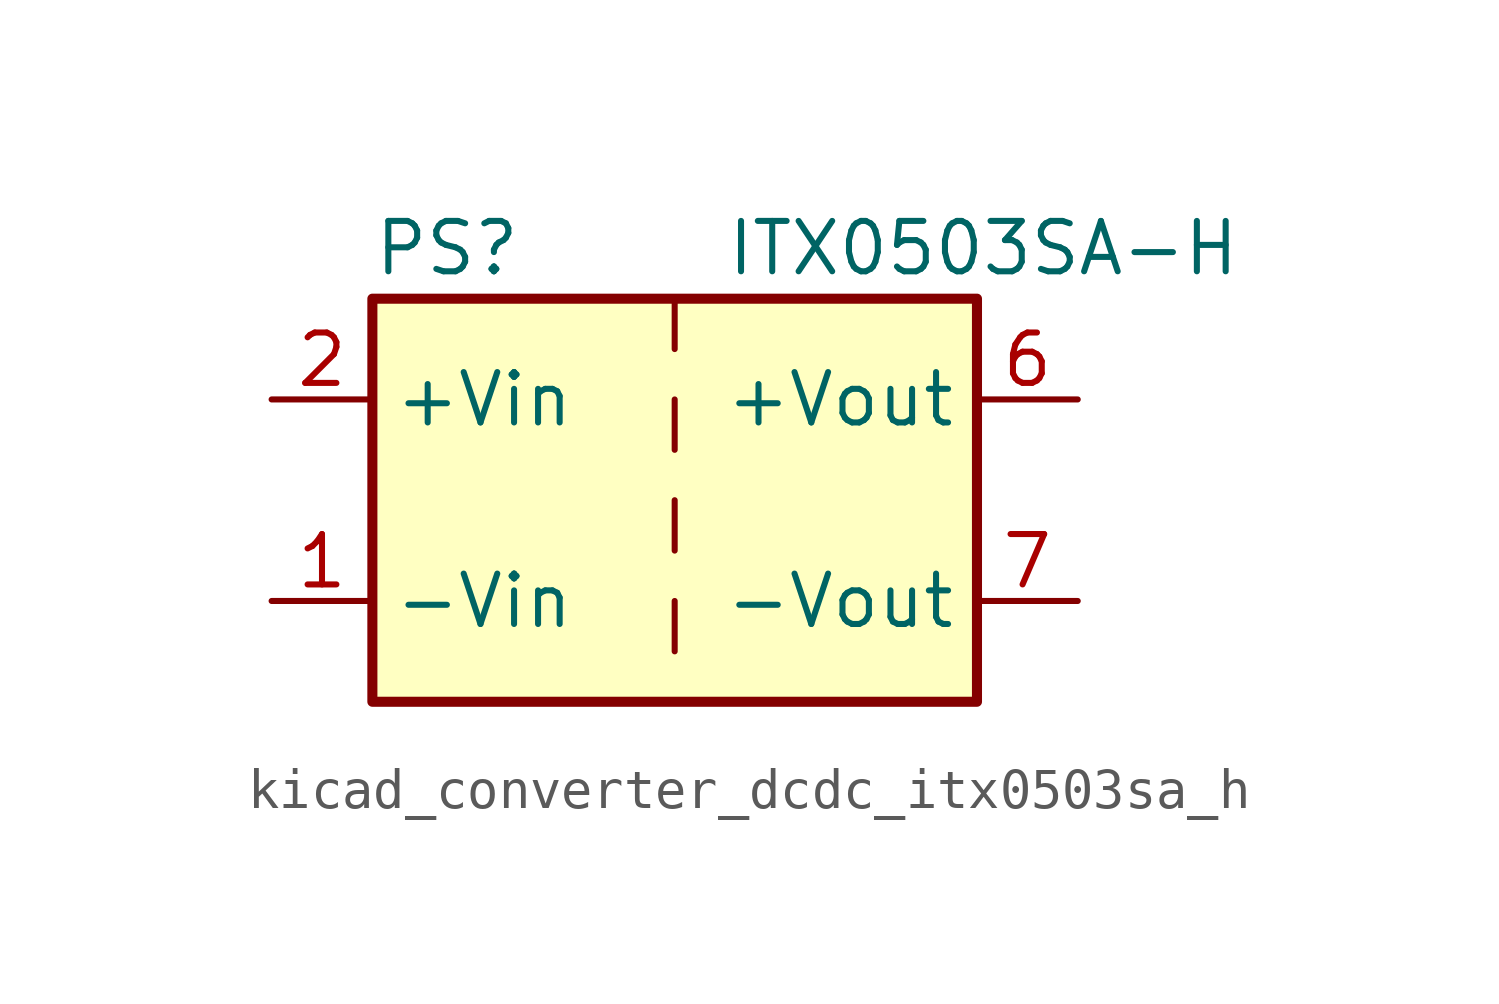
<source format=kicad_sym>
(kicad_symbol_lib
  (version 20220914)
  (generator kicad_symbol_editor)
  (symbol "kicad_converter_dcdc_itx0503sa_h"
    (property "Reference" "PS"
      (at -7.62 6.35 0)
      (effects (font (size 1.27 1.27)) (justify left)))
    (property "Value" "ITX0503SA-H"
      (at 1.27 6.35 0)
      (effects (font (size 1.27 1.27)) (justify left)))
    (symbol "kicad_converter_dcdc_itx0503sa_h_0_0"
      (pin power_in line (at -10.16 -2.54 0) (length 2.54) (name "-Vin" (effects (font (size 1.27 1.27)))) (number "1" (effects (font (size 1.27 1.27)))))
      (pin power_in line (at -10.16 2.54 0) (length 2.54) (name "+Vin" (effects (font (size 1.27 1.27)))) (number "2" (effects (font (size 1.27 1.27)))))
      (pin power_out line (at 10.16 2.54 180) (length 2.54) (name "+Vout" (effects (font (size 1.27 1.27)))) (number "6" (effects (font (size 1.27 1.27)))))
      (pin power_out line (at 10.16 -2.54 180) (length 2.54) (name "-Vout" (effects (font (size 1.27 1.27)))) (number "7" (effects (font (size 1.27 1.27)))))
      (pin no_connect line (at 7.62 0 180) (length 2.54) hide (name "NC" (effects (font (size 1.27 1.27)))) (number "8" (effects (font (size 1.27 1.27))))))
    (symbol "kicad_converter_dcdc_itx0503sa_h_0_1"
      (rectangle (start -7.62 5.08) (end 7.62 -5.08) (stroke (width 0.254) (type default)) (fill (type background)))
      (polyline (pts (xy 0 -2.54) (xy 0 -3.81)) (stroke (width 0) (type default)) (fill (type none)))
      (polyline (pts (xy 0 0) (xy 0 -1.27)) (stroke (width 0) (type default)) (fill (type none)))
      (polyline (pts (xy 0 2.54) (xy 0 1.27)) (stroke (width 0) (type default)) (fill (type none)))
      (polyline (pts (xy 0 5.08) (xy 0 3.81)) (stroke (width 0) (type default)) (fill (type none))))))
</source>
